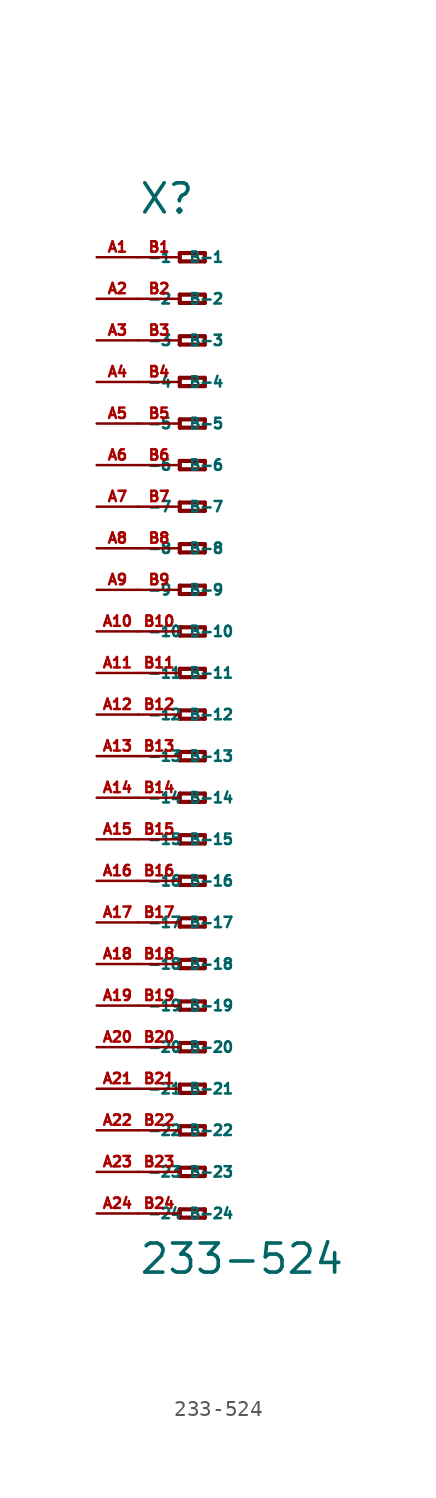
<source format=kicad_sym>
(kicad_symbol_lib
  (version 20220914)
  (generator Eagle2Kicad)
  (symbol "233-524"
    (property "Reference" "X"
      (at -5.08 30.48 0)
      (effects (font (size 1.778 1.778) (thickness 0.22)) (justify left bottom)))
    (property "Value" "233-524"
      (at -5.08 -34.29 0)
      (effects (font (size 1.778 1.778) (thickness 0.22)) (justify left bottom)))
    (polyline
      (pts (xy -2.54 28.194) (xy -2.54 27.686))
      (stroke (width 0.254) (type default))
      (fill (type none)))
    (polyline
      (pts (xy -2.54 27.686) (xy -1.016 27.686))
      (stroke (width 0.254) (type default))
      (fill (type none)))
    (polyline
      (pts (xy -1.016 27.686) (xy -1.016 28.194))
      (stroke (width 0.254) (type default))
      (fill (type none)))
    (polyline
      (pts (xy -1.016 28.194) (xy -2.54 28.194))
      (stroke (width 0.254) (type default))
      (fill (type none)))
    (polyline
      (pts (xy -2.54 25.654) (xy -2.54 25.146))
      (stroke (width 0.254) (type default))
      (fill (type none)))
    (polyline
      (pts (xy -2.54 25.146) (xy -1.016 25.146))
      (stroke (width 0.254) (type default))
      (fill (type none)))
    (polyline
      (pts (xy -1.016 25.146) (xy -1.016 25.654))
      (stroke (width 0.254) (type default))
      (fill (type none)))
    (polyline
      (pts (xy -1.016 25.654) (xy -2.54 25.654))
      (stroke (width 0.254) (type default))
      (fill (type none)))
    (polyline
      (pts (xy -2.54 23.114) (xy -2.54 22.606))
      (stroke (width 0.254) (type default))
      (fill (type none)))
    (polyline
      (pts (xy -2.54 22.606) (xy -1.016 22.606))
      (stroke (width 0.254) (type default))
      (fill (type none)))
    (polyline
      (pts (xy -1.016 22.606) (xy -1.016 23.114))
      (stroke (width 0.254) (type default))
      (fill (type none)))
    (polyline
      (pts (xy -1.016 23.114) (xy -2.54 23.114))
      (stroke (width 0.254) (type default))
      (fill (type none)))
    (polyline
      (pts (xy -2.54 20.574) (xy -2.54 20.066))
      (stroke (width 0.254) (type default))
      (fill (type none)))
    (polyline
      (pts (xy -2.54 20.066) (xy -1.016 20.066))
      (stroke (width 0.254) (type default))
      (fill (type none)))
    (polyline
      (pts (xy -1.016 20.066) (xy -1.016 20.574))
      (stroke (width 0.254) (type default))
      (fill (type none)))
    (polyline
      (pts (xy -1.016 20.574) (xy -2.54 20.574))
      (stroke (width 0.254) (type default))
      (fill (type none)))
    (polyline
      (pts (xy -2.54 18.034) (xy -2.54 17.526))
      (stroke (width 0.254) (type default))
      (fill (type none)))
    (polyline
      (pts (xy -2.54 17.526) (xy -1.016 17.526))
      (stroke (width 0.254) (type default))
      (fill (type none)))
    (polyline
      (pts (xy -1.016 17.526) (xy -1.016 18.034))
      (stroke (width 0.254) (type default))
      (fill (type none)))
    (polyline
      (pts (xy -1.016 18.034) (xy -2.54 18.034))
      (stroke (width 0.254) (type default))
      (fill (type none)))
    (polyline
      (pts (xy -2.54 15.494) (xy -2.54 14.986))
      (stroke (width 0.254) (type default))
      (fill (type none)))
    (polyline
      (pts (xy -2.54 14.986) (xy -1.016 14.986))
      (stroke (width 0.254) (type default))
      (fill (type none)))
    (polyline
      (pts (xy -1.016 14.986) (xy -1.016 15.494))
      (stroke (width 0.254) (type default))
      (fill (type none)))
    (polyline
      (pts (xy -1.016 15.494) (xy -2.54 15.494))
      (stroke (width 0.254) (type default))
      (fill (type none)))
    (polyline
      (pts (xy -2.54 12.954) (xy -2.54 12.446))
      (stroke (width 0.254) (type default))
      (fill (type none)))
    (polyline
      (pts (xy -2.54 12.446) (xy -1.016 12.446))
      (stroke (width 0.254) (type default))
      (fill (type none)))
    (polyline
      (pts (xy -1.016 12.446) (xy -1.016 12.954))
      (stroke (width 0.254) (type default))
      (fill (type none)))
    (polyline
      (pts (xy -1.016 12.954) (xy -2.54 12.954))
      (stroke (width 0.254) (type default))
      (fill (type none)))
    (polyline
      (pts (xy -2.54 10.414) (xy -2.54 9.906))
      (stroke (width 0.254) (type default))
      (fill (type none)))
    (polyline
      (pts (xy -2.54 9.906) (xy -1.016 9.906))
      (stroke (width 0.254) (type default))
      (fill (type none)))
    (polyline
      (pts (xy -1.016 9.906) (xy -1.016 10.414))
      (stroke (width 0.254) (type default))
      (fill (type none)))
    (polyline
      (pts (xy -1.016 10.414) (xy -2.54 10.414))
      (stroke (width 0.254) (type default))
      (fill (type none)))
    (polyline
      (pts (xy -2.54 7.874) (xy -2.54 7.366))
      (stroke (width 0.254) (type default))
      (fill (type none)))
    (polyline
      (pts (xy -2.54 7.366) (xy -1.016 7.366))
      (stroke (width 0.254) (type default))
      (fill (type none)))
    (polyline
      (pts (xy -1.016 7.366) (xy -1.016 7.874))
      (stroke (width 0.254) (type default))
      (fill (type none)))
    (polyline
      (pts (xy -1.016 7.874) (xy -2.54 7.874))
      (stroke (width 0.254) (type default))
      (fill (type none)))
    (polyline
      (pts (xy -2.54 5.334) (xy -2.54 4.826))
      (stroke (width 0.254) (type default))
      (fill (type none)))
    (polyline
      (pts (xy -2.54 4.826) (xy -1.016 4.826))
      (stroke (width 0.254) (type default))
      (fill (type none)))
    (polyline
      (pts (xy -1.016 4.826) (xy -1.016 5.334))
      (stroke (width 0.254) (type default))
      (fill (type none)))
    (polyline
      (pts (xy -1.016 5.334) (xy -2.54 5.334))
      (stroke (width 0.254) (type default))
      (fill (type none)))
    (polyline
      (pts (xy -2.54 2.794) (xy -2.54 2.286))
      (stroke (width 0.254) (type default))
      (fill (type none)))
    (polyline
      (pts (xy -2.54 2.286) (xy -1.016 2.286))
      (stroke (width 0.254) (type default))
      (fill (type none)))
    (polyline
      (pts (xy -1.016 2.286) (xy -1.016 2.794))
      (stroke (width 0.254) (type default))
      (fill (type none)))
    (polyline
      (pts (xy -1.016 2.794) (xy -2.54 2.794))
      (stroke (width 0.254) (type default))
      (fill (type none)))
    (polyline
      (pts (xy -2.54 0.254) (xy -2.54 -0.254))
      (stroke (width 0.254) (type default))
      (fill (type none)))
    (polyline
      (pts (xy -2.54 -0.254) (xy -1.016 -0.254))
      (stroke (width 0.254) (type default))
      (fill (type none)))
    (polyline
      (pts (xy -1.016 -0.254) (xy -1.016 0.254))
      (stroke (width 0.254) (type default))
      (fill (type none)))
    (polyline
      (pts (xy -1.016 0.254) (xy -2.54 0.254))
      (stroke (width 0.254) (type default))
      (fill (type none)))
    (polyline
      (pts (xy -2.54 -2.286) (xy -2.54 -2.794))
      (stroke (width 0.254) (type default))
      (fill (type none)))
    (polyline
      (pts (xy -2.54 -2.794) (xy -1.016 -2.794))
      (stroke (width 0.254) (type default))
      (fill (type none)))
    (polyline
      (pts (xy -1.016 -2.794) (xy -1.016 -2.286))
      (stroke (width 0.254) (type default))
      (fill (type none)))
    (polyline
      (pts (xy -1.016 -2.286) (xy -2.54 -2.286))
      (stroke (width 0.254) (type default))
      (fill (type none)))
    (polyline
      (pts (xy -2.54 -4.826) (xy -2.54 -5.334))
      (stroke (width 0.254) (type default))
      (fill (type none)))
    (polyline
      (pts (xy -2.54 -5.334) (xy -1.016 -5.334))
      (stroke (width 0.254) (type default))
      (fill (type none)))
    (polyline
      (pts (xy -1.016 -5.334) (xy -1.016 -4.826))
      (stroke (width 0.254) (type default))
      (fill (type none)))
    (polyline
      (pts (xy -1.016 -4.826) (xy -2.54 -4.826))
      (stroke (width 0.254) (type default))
      (fill (type none)))
    (polyline
      (pts (xy -2.54 -7.366) (xy -2.54 -7.874))
      (stroke (width 0.254) (type default))
      (fill (type none)))
    (polyline
      (pts (xy -2.54 -7.874) (xy -1.016 -7.874))
      (stroke (width 0.254) (type default))
      (fill (type none)))
    (polyline
      (pts (xy -1.016 -7.874) (xy -1.016 -7.366))
      (stroke (width 0.254) (type default))
      (fill (type none)))
    (polyline
      (pts (xy -1.016 -7.366) (xy -2.54 -7.366))
      (stroke (width 0.254) (type default))
      (fill (type none)))
    (polyline
      (pts (xy -2.54 -9.906) (xy -2.54 -10.414))
      (stroke (width 0.254) (type default))
      (fill (type none)))
    (polyline
      (pts (xy -2.54 -10.414) (xy -1.016 -10.414))
      (stroke (width 0.254) (type default))
      (fill (type none)))
    (polyline
      (pts (xy -1.016 -10.414) (xy -1.016 -9.906))
      (stroke (width 0.254) (type default))
      (fill (type none)))
    (polyline
      (pts (xy -1.016 -9.906) (xy -2.54 -9.906))
      (stroke (width 0.254) (type default))
      (fill (type none)))
    (polyline
      (pts (xy -2.54 -12.446) (xy -2.54 -12.954))
      (stroke (width 0.254) (type default))
      (fill (type none)))
    (polyline
      (pts (xy -2.54 -12.954) (xy -1.016 -12.954))
      (stroke (width 0.254) (type default))
      (fill (type none)))
    (polyline
      (pts (xy -1.016 -12.954) (xy -1.016 -12.446))
      (stroke (width 0.254) (type default))
      (fill (type none)))
    (polyline
      (pts (xy -1.016 -12.446) (xy -2.54 -12.446))
      (stroke (width 0.254) (type default))
      (fill (type none)))
    (polyline
      (pts (xy -2.54 -14.986) (xy -2.54 -15.494))
      (stroke (width 0.254) (type default))
      (fill (type none)))
    (polyline
      (pts (xy -2.54 -15.494) (xy -1.016 -15.494))
      (stroke (width 0.254) (type default))
      (fill (type none)))
    (polyline
      (pts (xy -1.016 -15.494) (xy -1.016 -14.986))
      (stroke (width 0.254) (type default))
      (fill (type none)))
    (polyline
      (pts (xy -1.016 -14.986) (xy -2.54 -14.986))
      (stroke (width 0.254) (type default))
      (fill (type none)))
    (polyline
      (pts (xy -2.54 -17.526) (xy -2.54 -18.034))
      (stroke (width 0.254) (type default))
      (fill (type none)))
    (polyline
      (pts (xy -2.54 -18.034) (xy -1.016 -18.034))
      (stroke (width 0.254) (type default))
      (fill (type none)))
    (polyline
      (pts (xy -1.016 -18.034) (xy -1.016 -17.526))
      (stroke (width 0.254) (type default))
      (fill (type none)))
    (polyline
      (pts (xy -1.016 -17.526) (xy -2.54 -17.526))
      (stroke (width 0.254) (type default))
      (fill (type none)))
    (polyline
      (pts (xy -2.54 -20.066) (xy -2.54 -20.574))
      (stroke (width 0.254) (type default))
      (fill (type none)))
    (polyline
      (pts (xy -2.54 -20.574) (xy -1.016 -20.574))
      (stroke (width 0.254) (type default))
      (fill (type none)))
    (polyline
      (pts (xy -1.016 -20.574) (xy -1.016 -20.066))
      (stroke (width 0.254) (type default))
      (fill (type none)))
    (polyline
      (pts (xy -1.016 -20.066) (xy -2.54 -20.066))
      (stroke (width 0.254) (type default))
      (fill (type none)))
    (polyline
      (pts (xy -2.54 -22.606) (xy -2.54 -23.114))
      (stroke (width 0.254) (type default))
      (fill (type none)))
    (polyline
      (pts (xy -2.54 -23.114) (xy -1.016 -23.114))
      (stroke (width 0.254) (type default))
      (fill (type none)))
    (polyline
      (pts (xy -1.016 -23.114) (xy -1.016 -22.606))
      (stroke (width 0.254) (type default))
      (fill (type none)))
    (polyline
      (pts (xy -1.016 -22.606) (xy -2.54 -22.606))
      (stroke (width 0.254) (type default))
      (fill (type none)))
    (polyline
      (pts (xy -2.54 -25.146) (xy -2.54 -25.654))
      (stroke (width 0.254) (type default))
      (fill (type none)))
    (polyline
      (pts (xy -2.54 -25.654) (xy -1.016 -25.654))
      (stroke (width 0.254) (type default))
      (fill (type none)))
    (polyline
      (pts (xy -1.016 -25.654) (xy -1.016 -25.146))
      (stroke (width 0.254) (type default))
      (fill (type none)))
    (polyline
      (pts (xy -1.016 -25.146) (xy -2.54 -25.146))
      (stroke (width 0.254) (type default))
      (fill (type none)))
    (polyline
      (pts (xy -2.54 -27.686) (xy -2.54 -28.194))
      (stroke (width 0.254) (type default))
      (fill (type none)))
    (polyline
      (pts (xy -2.54 -28.194) (xy -1.016 -28.194))
      (stroke (width 0.254) (type default))
      (fill (type none)))
    (polyline
      (pts (xy -1.016 -28.194) (xy -1.016 -27.686))
      (stroke (width 0.254) (type default))
      (fill (type none)))
    (polyline
      (pts (xy -1.016 -27.686) (xy -2.54 -27.686))
      (stroke (width 0.254) (type default))
      (fill (type none)))
    (polyline
      (pts (xy -2.54 -30.226) (xy -2.54 -30.734))
      (stroke (width 0.254) (type default))
      (fill (type none)))
    (polyline
      (pts (xy -2.54 -30.734) (xy -1.016 -30.734))
      (stroke (width 0.254) (type default))
      (fill (type none)))
    (polyline
      (pts (xy -1.016 -30.734) (xy -1.016 -30.226))
      (stroke (width 0.254) (type default))
      (fill (type none)))
    (polyline
      (pts (xy -1.016 -30.226) (xy -2.54 -30.226))
      (stroke (width 0.254) (type default))
      (fill (type none)))
    (pin passive line
      (at -7.62 27.94 0)
      (length 2.54)
      (name "-1" (effects (font (size 0.635 0.635) (thickness 0.08)) (justify left bottom)))
      (number "A1" (effects (font (size 0.635 0.635) (thickness 0.08)) (justify left bottom))))
    (pin passive line
      (at -7.62 25.4 0)
      (length 2.54)
      (name "-2" (effects (font (size 0.635 0.635) (thickness 0.08)) (justify left bottom)))
      (number "A2" (effects (font (size 0.635 0.635) (thickness 0.08)) (justify left bottom))))
    (pin passive line
      (at -7.62 22.86 0)
      (length 2.54)
      (name "-3" (effects (font (size 0.635 0.635) (thickness 0.08)) (justify left bottom)))
      (number "A3" (effects (font (size 0.635 0.635) (thickness 0.08)) (justify left bottom))))
    (pin passive line
      (at -7.62 20.32 0)
      (length 2.54)
      (name "-4" (effects (font (size 0.635 0.635) (thickness 0.08)) (justify left bottom)))
      (number "A4" (effects (font (size 0.635 0.635) (thickness 0.08)) (justify left bottom))))
    (pin passive line
      (at -7.62 17.78 0)
      (length 2.54)
      (name "-5" (effects (font (size 0.635 0.635) (thickness 0.08)) (justify left bottom)))
      (number "A5" (effects (font (size 0.635 0.635) (thickness 0.08)) (justify left bottom))))
    (pin passive line
      (at -7.62 15.24 0)
      (length 2.54)
      (name "-6" (effects (font (size 0.635 0.635) (thickness 0.08)) (justify left bottom)))
      (number "A6" (effects (font (size 0.635 0.635) (thickness 0.08)) (justify left bottom))))
    (pin passive line
      (at -7.62 12.7 0)
      (length 2.54)
      (name "-7" (effects (font (size 0.635 0.635) (thickness 0.08)) (justify left bottom)))
      (number "A7" (effects (font (size 0.635 0.635) (thickness 0.08)) (justify left bottom))))
    (pin passive line
      (at -7.62 10.16 0)
      (length 2.54)
      (name "-8" (effects (font (size 0.635 0.635) (thickness 0.08)) (justify left bottom)))
      (number "A8" (effects (font (size 0.635 0.635) (thickness 0.08)) (justify left bottom))))
    (pin passive line
      (at -7.62 7.62 0)
      (length 2.54)
      (name "-9" (effects (font (size 0.635 0.635) (thickness 0.08)) (justify left bottom)))
      (number "A9" (effects (font (size 0.635 0.635) (thickness 0.08)) (justify left bottom))))
    (pin passive line
      (at -7.62 5.08 0)
      (length 2.54)
      (name "-10" (effects (font (size 0.635 0.635) (thickness 0.08)) (justify left bottom)))
      (number "A10" (effects (font (size 0.635 0.635) (thickness 0.08)) (justify left bottom))))
    (pin passive line
      (at -7.62 2.54 0)
      (length 2.54)
      (name "-11" (effects (font (size 0.635 0.635) (thickness 0.08)) (justify left bottom)))
      (number "A11" (effects (font (size 0.635 0.635) (thickness 0.08)) (justify left bottom))))
    (pin passive line
      (at -7.62 0 0)
      (length 2.54)
      (name "-12" (effects (font (size 0.635 0.635) (thickness 0.08)) (justify left bottom)))
      (number "A12" (effects (font (size 0.635 0.635) (thickness 0.08)) (justify left bottom))))
    (pin passive line
      (at -7.62 -2.54 0)
      (length 2.54)
      (name "-13" (effects (font (size 0.635 0.635) (thickness 0.08)) (justify left bottom)))
      (number "A13" (effects (font (size 0.635 0.635) (thickness 0.08)) (justify left bottom))))
    (pin passive line
      (at -7.62 -5.08 0)
      (length 2.54)
      (name "-14" (effects (font (size 0.635 0.635) (thickness 0.08)) (justify left bottom)))
      (number "A14" (effects (font (size 0.635 0.635) (thickness 0.08)) (justify left bottom))))
    (pin passive line
      (at -7.62 -7.62 0)
      (length 2.54)
      (name "-15" (effects (font (size 0.635 0.635) (thickness 0.08)) (justify left bottom)))
      (number "A15" (effects (font (size 0.635 0.635) (thickness 0.08)) (justify left bottom))))
    (pin passive line
      (at -7.62 -10.16 0)
      (length 2.54)
      (name "-16" (effects (font (size 0.635 0.635) (thickness 0.08)) (justify left bottom)))
      (number "A16" (effects (font (size 0.635 0.635) (thickness 0.08)) (justify left bottom))))
    (pin passive line
      (at -7.62 -12.7 0)
      (length 2.54)
      (name "-17" (effects (font (size 0.635 0.635) (thickness 0.08)) (justify left bottom)))
      (number "A17" (effects (font (size 0.635 0.635) (thickness 0.08)) (justify left bottom))))
    (pin passive line
      (at -7.62 -15.24 0)
      (length 2.54)
      (name "-18" (effects (font (size 0.635 0.635) (thickness 0.08)) (justify left bottom)))
      (number "A18" (effects (font (size 0.635 0.635) (thickness 0.08)) (justify left bottom))))
    (pin passive line
      (at -7.62 -17.78 0)
      (length 2.54)
      (name "-19" (effects (font (size 0.635 0.635) (thickness 0.08)) (justify left bottom)))
      (number "A19" (effects (font (size 0.635 0.635) (thickness 0.08)) (justify left bottom))))
    (pin passive line
      (at -7.62 -20.32 0)
      (length 2.54)
      (name "-20" (effects (font (size 0.635 0.635) (thickness 0.08)) (justify left bottom)))
      (number "A20" (effects (font (size 0.635 0.635) (thickness 0.08)) (justify left bottom))))
    (pin passive line
      (at -7.62 -22.86 0)
      (length 2.54)
      (name "-21" (effects (font (size 0.635 0.635) (thickness 0.08)) (justify left bottom)))
      (number "A21" (effects (font (size 0.635 0.635) (thickness 0.08)) (justify left bottom))))
    (pin passive line
      (at -7.62 -25.4 0)
      (length 2.54)
      (name "-22" (effects (font (size 0.635 0.635) (thickness 0.08)) (justify left bottom)))
      (number "A22" (effects (font (size 0.635 0.635) (thickness 0.08)) (justify left bottom))))
    (pin passive line
      (at -7.62 -27.94 0)
      (length 2.54)
      (name "-23" (effects (font (size 0.635 0.635) (thickness 0.08)) (justify left bottom)))
      (number "A23" (effects (font (size 0.635 0.635) (thickness 0.08)) (justify left bottom))))
    (pin passive line
      (at -7.62 -30.48 0)
      (length 2.54)
      (name "-24" (effects (font (size 0.635 0.635) (thickness 0.08)) (justify left bottom)))
      (number "A24" (effects (font (size 0.635 0.635) (thickness 0.08)) (justify left bottom))))
    (pin passive line
      (at -5.08 -30.48 0)
      (length 2.54)
      (name "B-24" (effects (font (size 0.635 0.635) (thickness 0.08)) (justify left bottom)))
      (number "B24" (effects (font (size 0.635 0.635) (thickness 0.08)) (justify left bottom))))
    (pin passive line
      (at -5.08 27.94 0)
      (length 2.54)
      (name "B-1" (effects (font (size 0.635 0.635) (thickness 0.08)) (justify left bottom)))
      (number "B1" (effects (font (size 0.635 0.635) (thickness 0.08)) (justify left bottom))))
    (pin passive line
      (at -5.08 25.4 0)
      (length 2.54)
      (name "B-2" (effects (font (size 0.635 0.635) (thickness 0.08)) (justify left bottom)))
      (number "B2" (effects (font (size 0.635 0.635) (thickness 0.08)) (justify left bottom))))
    (pin passive line
      (at -5.08 22.86 0)
      (length 2.54)
      (name "B-3" (effects (font (size 0.635 0.635) (thickness 0.08)) (justify left bottom)))
      (number "B3" (effects (font (size 0.635 0.635) (thickness 0.08)) (justify left bottom))))
    (pin passive line
      (at -5.08 20.32 0)
      (length 2.54)
      (name "B-4" (effects (font (size 0.635 0.635) (thickness 0.08)) (justify left bottom)))
      (number "B4" (effects (font (size 0.635 0.635) (thickness 0.08)) (justify left bottom))))
    (pin passive line
      (at -5.08 17.78 0)
      (length 2.54)
      (name "B-5" (effects (font (size 0.635 0.635) (thickness 0.08)) (justify left bottom)))
      (number "B5" (effects (font (size 0.635 0.635) (thickness 0.08)) (justify left bottom))))
    (pin passive line
      (at -5.08 15.24 0)
      (length 2.54)
      (name "B-6" (effects (font (size 0.635 0.635) (thickness 0.08)) (justify left bottom)))
      (number "B6" (effects (font (size 0.635 0.635) (thickness 0.08)) (justify left bottom))))
    (pin passive line
      (at -5.08 12.7 0)
      (length 2.54)
      (name "B-7" (effects (font (size 0.635 0.635) (thickness 0.08)) (justify left bottom)))
      (number "B7" (effects (font (size 0.635 0.635) (thickness 0.08)) (justify left bottom))))
    (pin passive line
      (at -5.08 10.16 0)
      (length 2.54)
      (name "B-8" (effects (font (size 0.635 0.635) (thickness 0.08)) (justify left bottom)))
      (number "B8" (effects (font (size 0.635 0.635) (thickness 0.08)) (justify left bottom))))
    (pin passive line
      (at -5.08 7.62 0)
      (length 2.54)
      (name "B-9" (effects (font (size 0.635 0.635) (thickness 0.08)) (justify left bottom)))
      (number "B9" (effects (font (size 0.635 0.635) (thickness 0.08)) (justify left bottom))))
    (pin passive line
      (at -5.08 5.08 0)
      (length 2.54)
      (name "B-10" (effects (font (size 0.635 0.635) (thickness 0.08)) (justify left bottom)))
      (number "B10" (effects (font (size 0.635 0.635) (thickness 0.08)) (justify left bottom))))
    (pin passive line
      (at -5.08 2.54 0)
      (length 2.54)
      (name "B-11" (effects (font (size 0.635 0.635) (thickness 0.08)) (justify left bottom)))
      (number "B11" (effects (font (size 0.635 0.635) (thickness 0.08)) (justify left bottom))))
    (pin passive line
      (at -5.08 0 0)
      (length 2.54)
      (name "B-12" (effects (font (size 0.635 0.635) (thickness 0.08)) (justify left bottom)))
      (number "B12" (effects (font (size 0.635 0.635) (thickness 0.08)) (justify left bottom))))
    (pin passive line
      (at -5.08 -2.54 0)
      (length 2.54)
      (name "B-13" (effects (font (size 0.635 0.635) (thickness 0.08)) (justify left bottom)))
      (number "B13" (effects (font (size 0.635 0.635) (thickness 0.08)) (justify left bottom))))
    (pin passive line
      (at -5.08 -5.08 0)
      (length 2.54)
      (name "B-14" (effects (font (size 0.635 0.635) (thickness 0.08)) (justify left bottom)))
      (number "B14" (effects (font (size 0.635 0.635) (thickness 0.08)) (justify left bottom))))
    (pin passive line
      (at -5.08 -7.62 0)
      (length 2.54)
      (name "B-15" (effects (font (size 0.635 0.635) (thickness 0.08)) (justify left bottom)))
      (number "B15" (effects (font (size 0.635 0.635) (thickness 0.08)) (justify left bottom))))
    (pin passive line
      (at -5.08 -10.16 0)
      (length 2.54)
      (name "B-16" (effects (font (size 0.635 0.635) (thickness 0.08)) (justify left bottom)))
      (number "B16" (effects (font (size 0.635 0.635) (thickness 0.08)) (justify left bottom))))
    (pin passive line
      (at -5.08 -12.7 0)
      (length 2.54)
      (name "B-17" (effects (font (size 0.635 0.635) (thickness 0.08)) (justify left bottom)))
      (number "B17" (effects (font (size 0.635 0.635) (thickness 0.08)) (justify left bottom))))
    (pin passive line
      (at -5.08 -15.24 0)
      (length 2.54)
      (name "B-18" (effects (font (size 0.635 0.635) (thickness 0.08)) (justify left bottom)))
      (number "B18" (effects (font (size 0.635 0.635) (thickness 0.08)) (justify left bottom))))
    (pin passive line
      (at -5.08 -17.78 0)
      (length 2.54)
      (name "B-19" (effects (font (size 0.635 0.635) (thickness 0.08)) (justify left bottom)))
      (number "B19" (effects (font (size 0.635 0.635) (thickness 0.08)) (justify left bottom))))
    (pin passive line
      (at -5.08 -20.32 0)
      (length 2.54)
      (name "B-20" (effects (font (size 0.635 0.635) (thickness 0.08)) (justify left bottom)))
      (number "B20" (effects (font (size 0.635 0.635) (thickness 0.08)) (justify left bottom))))
    (pin passive line
      (at -5.08 -22.86 0)
      (length 2.54)
      (name "B-21" (effects (font (size 0.635 0.635) (thickness 0.08)) (justify left bottom)))
      (number "B21" (effects (font (size 0.635 0.635) (thickness 0.08)) (justify left bottom))))
    (pin passive line
      (at -5.08 -25.4 0)
      (length 2.54)
      (name "B-22" (effects (font (size 0.635 0.635) (thickness 0.08)) (justify left bottom)))
      (number "B22" (effects (font (size 0.635 0.635) (thickness 0.08)) (justify left bottom))))
    (pin passive line
      (at -5.08 -27.94 0)
      (length 2.54)
      (name "B-23" (effects (font (size 0.635 0.635) (thickness 0.08)) (justify left bottom)))
      (number "B23" (effects (font (size 0.635 0.635) (thickness 0.08)) (justify left bottom))))))
</source>
